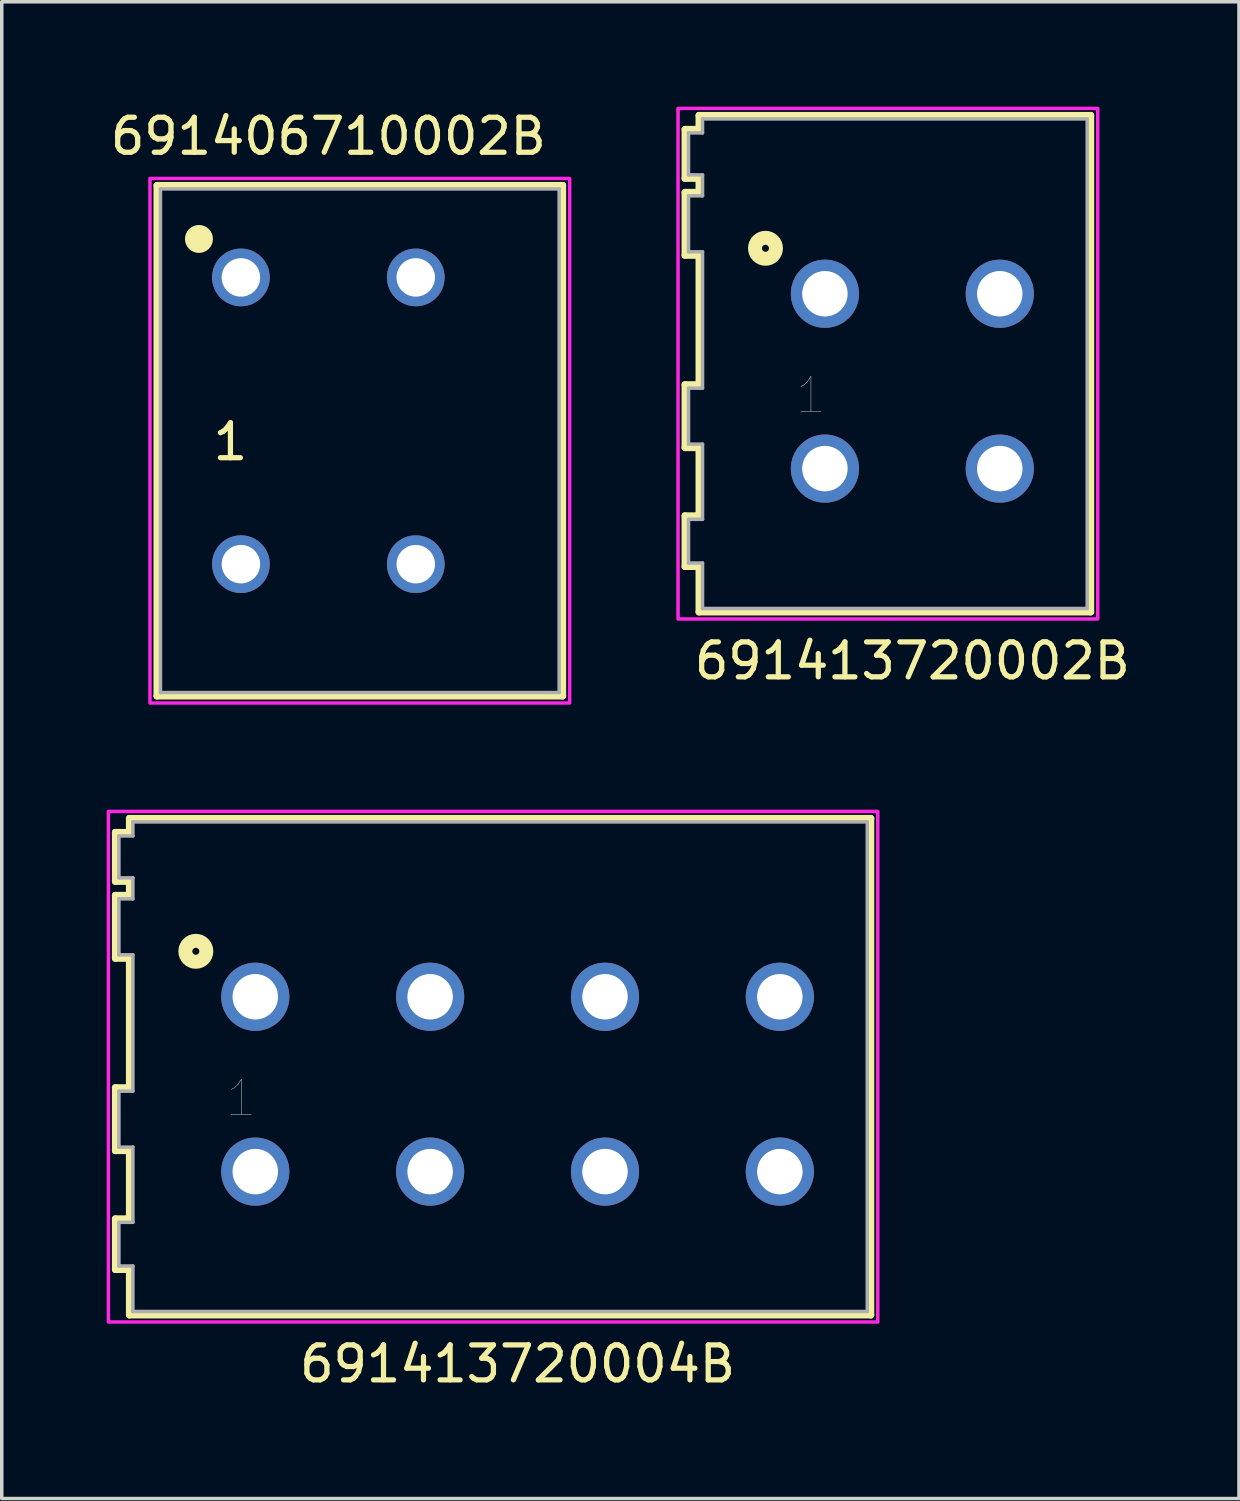
<source format=kicad_pcb>
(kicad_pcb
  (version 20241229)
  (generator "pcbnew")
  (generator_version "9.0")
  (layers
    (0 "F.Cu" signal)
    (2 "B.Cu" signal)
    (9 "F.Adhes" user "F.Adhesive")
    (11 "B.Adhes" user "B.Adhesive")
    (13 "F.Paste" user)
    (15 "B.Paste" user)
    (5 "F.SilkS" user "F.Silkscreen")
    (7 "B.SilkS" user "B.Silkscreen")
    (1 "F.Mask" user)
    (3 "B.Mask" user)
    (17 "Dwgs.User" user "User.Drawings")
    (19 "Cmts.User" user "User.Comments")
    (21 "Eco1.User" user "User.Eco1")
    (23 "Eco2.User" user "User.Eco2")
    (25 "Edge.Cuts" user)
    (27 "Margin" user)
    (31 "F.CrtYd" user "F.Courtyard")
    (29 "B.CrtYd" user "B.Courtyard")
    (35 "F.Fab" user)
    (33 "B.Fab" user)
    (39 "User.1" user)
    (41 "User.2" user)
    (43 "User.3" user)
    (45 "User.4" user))
  (footprint "691413720004B"
    (layer "F.Cu")
    (at 11.75 27.953)
    (property "Reference" "691413720004B" (at 0 8 0) (layer "F.SilkS") (effects (font (size 1 1) (thickness 0.15))))
    (attr through_hole)
    (fp_line (start -11.5 -7.2) (end -11.1 -7.2) (stroke (width 0.2) (type solid)) (layer "F.SilkS"))
    (fp_line (start -11.5 -5.8) (end -11.5 -7.2) (stroke (width 0.2) (type solid)) (layer "F.SilkS"))
    (fp_line (start -11.5 -5.4) (end -11.1 -5.4) (stroke (width 0.2) (type solid)) (layer "F.SilkS"))
    (fp_line (start -11.5 -3.6) (end -11.5 -5.4) (stroke (width 0.2) (type solid)) (layer "F.SilkS"))
    (fp_line (start -11.5 0.1) (end -11.1 0.1) (stroke (width 0.2) (type solid)) (layer "F.SilkS"))
    (fp_line (start -11.5 1.9) (end -11.5 0.1) (stroke (width 0.2) (type solid)) (layer "F.SilkS"))
    (fp_line (start -11.5 3.85) (end -11.1 3.85) (stroke (width 0.2) (type solid)) (layer "F.SilkS"))
    (fp_line (start -11.5 5.3) (end -11.5 3.85) (stroke (width 0.2) (type solid)) (layer "F.SilkS"))
    (fp_line (start -11.1 -7.6) (end 10.1 -7.6) (stroke (width 0.2) (type solid)) (layer "F.SilkS"))
    (fp_line (start -11.1 -7.2) (end -11.1 -7.6) (stroke (width 0.2) (type solid)) (layer "F.SilkS"))
    (fp_line (start -11.1 -5.8) (end -11.5 -5.8) (stroke (width 0.2) (type solid)) (layer "F.SilkS"))
    (fp_line (start -11.1 -5.4) (end -11.1 -5.8) (stroke (width 0.2) (type solid)) (layer "F.SilkS"))
    (fp_line (start -11.1 -3.6) (end -11.5 -3.6) (stroke (width 0.2) (type solid)) (layer "F.SilkS"))
    (fp_line (start -11.1 0.1) (end -11.1 -3.6) (stroke (width 0.2) (type solid)) (layer "F.SilkS"))
    (fp_line (start -11.1 1.9) (end -11.5 1.9) (stroke (width 0.2) (type solid)) (layer "F.SilkS"))
    (fp_line (start -11.1 3.85) (end -11.1 1.9) (stroke (width 0.2) (type solid)) (layer "F.SilkS"))
    (fp_line (start -11.1 5.3) (end -11.5 5.3) (stroke (width 0.2) (type solid)) (layer "F.SilkS"))
    (fp_line (start -11.1 6.6) (end -11.1 5.3) (stroke (width 0.2) (type solid)) (layer "F.SilkS"))
    (fp_line (start 10.1 -7.6) (end 10.1 6.6) (stroke (width 0.2) (type solid)) (layer "F.SilkS"))
    (fp_line (start 10.1 6.6) (end -11.1 6.6) (stroke (width 0.2) (type solid)) (layer "F.SilkS"))
    (fp_circle (center -9.2 -3.8) (end -9.1 -3.8) (stroke (width 0.4) (type solid)) (fill no) (layer "F.SilkS"))
    (fp_poly (pts (xy -11.7 -7.8) (xy 10.3 -7.8) (xy 10.3 6.8) (xy -11.7 6.8)) (stroke (width 0.1) (type solid)) (fill no) (layer "F.CrtYd"))
    (fp_line (start -11.4 -7.1) (end -11 -7.1) (stroke (width 0.1) (type solid)) (layer "F.Fab"))
    (fp_line (start -11.4 -5.9) (end -11.4 -7.1) (stroke (width 0.1) (type solid)) (layer "F.Fab"))
    (fp_line (start -11.4 -5.9) (end -11 -5.9) (stroke (width 0.1) (type solid)) (layer "F.Fab"))
    (fp_line (start -11.4 -5.3) (end -11 -5.3) (stroke (width 0.1) (type solid)) (layer "F.Fab"))
    (fp_line (start -11.4 -3.7) (end -11.4 -5.3) (stroke (width 0.1) (type solid)) (layer "F.Fab"))
    (fp_line (start -11.4 -3.7) (end -11 -3.7) (stroke (width 0.1) (type solid)) (layer "F.Fab"))
    (fp_line (start -11.4 0.2) (end -11 0.2) (stroke (width 0.1) (type solid)) (layer "F.Fab"))
    (fp_line (start -11.4 1.8) (end -11.4 0.2) (stroke (width 0.1) (type solid)) (layer "F.Fab"))
    (fp_line (start -11.4 1.8) (end -11 1.8) (stroke (width 0.1) (type solid)) (layer "F.Fab"))
    (fp_line (start -11.4 3.95) (end -11 3.95) (stroke (width 0.1) (type solid)) (layer "F.Fab"))
    (fp_line (start -11.4 5.2) (end -11.4 3.95) (stroke (width 0.1) (type solid)) (layer "F.Fab"))
    (fp_line (start -11.4 5.2) (end -11 5.2) (stroke (width 0.1) (type solid)) (layer "F.Fab"))
    (fp_line (start -11 -7.5) (end 10 -7.5) (stroke (width 0.1) (type solid)) (layer "F.Fab"))
    (fp_line (start -11 -7.1) (end -11 -7.5) (stroke (width 0.1) (type solid)) (layer "F.Fab"))
    (fp_line (start -11 -5.3) (end -11 -5.9) (stroke (width 0.1) (type solid)) (layer "F.Fab"))
    (fp_line (start -11 0.2) (end -11 -3.7) (stroke (width 0.1) (type solid)) (layer "F.Fab"))
    (fp_line (start -11 3.95) (end -11 1.8) (stroke (width 0.1) (type solid)) (layer "F.Fab"))
    (fp_line (start -11 6.5) (end -11 5.2) (stroke (width 0.1) (type solid)) (layer "F.Fab"))
    (fp_line (start 10 -7.5) (end 10 6.5) (stroke (width 0.1) (type solid)) (layer "F.Fab"))
    (fp_line (start 10 6.5) (end -11 6.5) (stroke (width 0.1) (type solid)) (layer "F.Fab"))
    (fp_text user "1" (at -7.9 0.4 0) (layer "Dwgs.User") (effects (font (size 1 1) (thickness 0.015))))
    (pad "1" thru_hole circle (at -7.5 -2.5) (size 1.95 1.95) (drill 1.3) (layers "*.Cu" "*.Mask"))
    (pad "1" thru_hole circle (at -7.5 2.5) (size 1.95 1.95) (drill 1.3) (layers "*.Cu" "*.Mask"))
    (pad "2" thru_hole circle (at -2.5 -2.5) (size 1.95 1.95) (drill 1.3) (layers "*.Cu" "*.Mask"))
    (pad "2" thru_hole circle (at -2.5 2.5) (size 1.95 1.95) (drill 1.3) (layers "*.Cu" "*.Mask"))
    (pad "3" thru_hole circle (at 2.5 -2.5) (size 1.95 1.95) (drill 1.3) (layers "*.Cu" "*.Mask"))
    (pad "3" thru_hole circle (at 2.5 2.5) (size 1.95 1.95) (drill 1.3) (layers "*.Cu" "*.Mask"))
    (pad "4" thru_hole circle (at 7.5 -2.5) (size 1.95 1.95) (drill 1.3) (layers "*.Cu" "*.Mask"))
    (pad "4" thru_hole circle (at 7.5 2.5) (size 1.95 1.95) (drill 1.3) (layers "*.Cu" "*.Mask")))
  (footprint "691406710002B"
    (layer "F.Cu")
    (at 6.339 8.983)
    (property "Reference" "691406710002B" (at 0 -8.135 0) (layer "F.SilkS") (effects (font (size 1 1) (thickness 0.15))))
    (attr through_hole)
    (fp_line (start -4.9 -6.73) (end 6.7 -6.73) (stroke (width 0.2) (type solid)) (layer "F.SilkS"))
    (fp_line (start -4.9 7.87) (end -4.9 -6.73) (stroke (width 0.2) (type solid)) (layer "F.SilkS"))
    (fp_line (start 6.7 -6.73) (end 6.7 7.87) (stroke (width 0.2) (type solid)) (layer "F.SilkS"))
    (fp_line (start 6.7 7.87) (end -4.9 7.87) (stroke (width 0.2) (type solid)) (layer "F.SilkS"))
    (fp_circle (center -3.7 -5.2) (end -3.5 -5.2) (stroke (width 0.4) (type solid)) (fill no) (layer "F.SilkS"))
    (fp_poly (pts (xy 6.9 8.07) (xy -5.1 8.07) (xy -5.1 -6.93) (xy 6.9 -6.93)) (stroke (width 0.1) (type solid)) (fill no) (layer "F.CrtYd"))
    (fp_line (start -4.8 -6.63) (end 6.6 -6.63) (stroke (width 0.1) (type solid)) (layer "F.Fab"))
    (fp_line (start -4.8 7.77) (end -4.8 -6.63) (stroke (width 0.1) (type solid)) (layer "F.Fab"))
    (fp_line (start 6.6 -6.63) (end 6.6 7.77) (stroke (width 0.1) (type solid)) (layer "F.Fab"))
    (fp_line (start 6.6 7.77) (end -4.8 7.77) (stroke (width 0.1) (type solid)) (layer "F.Fab"))
    (fp_text user "1" (at -2.8 0.6 0) (layer "F.SilkS") (effects (font (size 1 1) (thickness 0.15))))
    (pad "1" thru_hole circle (at -2.5 -4.1) (size 1.65 1.65) (drill 1.1) (layers "*.Cu" "*.Mask"))
    (pad "1" thru_hole circle (at -2.5 4.1) (size 1.65 1.65) (drill 1.1) (layers "*.Cu" "*.Mask"))
    (pad "2" thru_hole circle (at 2.5 -4.1) (size 1.65 1.65) (drill 1.1) (layers "*.Cu" "*.Mask"))
    (pad "2" thru_hole circle (at 2.5 4.1) (size 1.65 1.65) (drill 1.1) (layers "*.Cu" "*.Mask")))
  (footprint "691413720002B"
    (layer "F.Cu")
    (at 23.039 7.85)
    (property "Reference" "691413720002B" (at 0 8 0) (layer "F.SilkS") (effects (font (size 1 1) (thickness 0.15))))
    (attr through_hole)
    (fp_line (start -6.5 -7.2) (end -6.1 -7.2) (stroke (width 0.2) (type solid)) (layer "F.SilkS"))
    (fp_line (start -6.5 -5.8) (end -6.5 -7.2) (stroke (width 0.2) (type solid)) (layer "F.SilkS"))
    (fp_line (start -6.5 -5.4) (end -6.1 -5.4) (stroke (width 0.2) (type solid)) (layer "F.SilkS"))
    (fp_line (start -6.5 -3.6) (end -6.5 -5.4) (stroke (width 0.2) (type solid)) (layer "F.SilkS"))
    (fp_line (start -6.5 0.1) (end -6.1 0.1) (stroke (width 0.2) (type solid)) (layer "F.SilkS"))
    (fp_line (start -6.5 1.9) (end -6.5 0.1) (stroke (width 0.2) (type solid)) (layer "F.SilkS"))
    (fp_line (start -6.5 3.85) (end -6.1 3.85) (stroke (width 0.2) (type solid)) (layer "F.SilkS"))
    (fp_line (start -6.5 5.3) (end -6.5 3.85) (stroke (width 0.2) (type solid)) (layer "F.SilkS"))
    (fp_line (start -6.1 -7.6) (end 5.1 -7.6) (stroke (width 0.2) (type solid)) (layer "F.SilkS"))
    (fp_line (start -6.1 -7.2) (end -6.1 -7.6) (stroke (width 0.2) (type solid)) (layer "F.SilkS"))
    (fp_line (start -6.1 -5.8) (end -6.5 -5.8) (stroke (width 0.2) (type solid)) (layer "F.SilkS"))
    (fp_line (start -6.1 -5.4) (end -6.1 -5.8) (stroke (width 0.2) (type solid)) (layer "F.SilkS"))
    (fp_line (start -6.1 -3.6) (end -6.5 -3.6) (stroke (width 0.2) (type solid)) (layer "F.SilkS"))
    (fp_line (start -6.1 0.1) (end -6.1 -3.6) (stroke (width 0.2) (type solid)) (layer "F.SilkS"))
    (fp_line (start -6.1 1.9) (end -6.5 1.9) (stroke (width 0.2) (type solid)) (layer "F.SilkS"))
    (fp_line (start -6.1 3.85) (end -6.1 1.9) (stroke (width 0.2) (type solid)) (layer "F.SilkS"))
    (fp_line (start -6.1 5.3) (end -6.5 5.3) (stroke (width 0.2) (type solid)) (layer "F.SilkS"))
    (fp_line (start -6.1 6.6) (end -6.1 5.3) (stroke (width 0.2) (type solid)) (layer "F.SilkS"))
    (fp_line (start 5.1 -7.6) (end 5.1 6.6) (stroke (width 0.2) (type solid)) (layer "F.SilkS"))
    (fp_line (start 5.1 6.6) (end -6.1 6.6) (stroke (width 0.2) (type solid)) (layer "F.SilkS"))
    (fp_circle (center -4.2 -3.8) (end -4.1 -3.8) (stroke (width 0.4) (type solid)) (fill no) (layer "F.SilkS"))
    (fp_poly (pts (xy -6.7 -7.8) (xy 5.3 -7.8) (xy 5.3 6.8) (xy -6.7 6.8)) (stroke (width 0.1) (type solid)) (fill no) (layer "F.CrtYd"))
    (fp_line (start -6.4 -7.1) (end -6 -7.1) (stroke (width 0.1) (type solid)) (layer "F.Fab"))
    (fp_line (start -6.4 -5.9) (end -6.4 -7.1) (stroke (width 0.1) (type solid)) (layer "F.Fab"))
    (fp_line (start -6.4 -5.9) (end -6 -5.9) (stroke (width 0.1) (type solid)) (layer "F.Fab"))
    (fp_line (start -6.4 -5.3) (end -6 -5.3) (stroke (width 0.1) (type solid)) (layer "F.Fab"))
    (fp_line (start -6.4 -3.7) (end -6.4 -5.3) (stroke (width 0.1) (type solid)) (layer "F.Fab"))
    (fp_line (start -6.4 -3.7) (end -6 -3.7) (stroke (width 0.1) (type solid)) (layer "F.Fab"))
    (fp_line (start -6.4 0.2) (end -6 0.2) (stroke (width 0.1) (type solid)) (layer "F.Fab"))
    (fp_line (start -6.4 1.8) (end -6.4 0.2) (stroke (width 0.1) (type solid)) (layer "F.Fab"))
    (fp_line (start -6.4 1.8) (end -6 1.8) (stroke (width 0.1) (type solid)) (layer "F.Fab"))
    (fp_line (start -6.4 3.95) (end -6 3.95) (stroke (width 0.1) (type solid)) (layer "F.Fab"))
    (fp_line (start -6.4 5.2) (end -6.4 3.95) (stroke (width 0.1) (type solid)) (layer "F.Fab"))
    (fp_line (start -6.4 5.2) (end -6 5.2) (stroke (width 0.1) (type solid)) (layer "F.Fab"))
    (fp_line (start -6 -7.5) (end 5 -7.5) (stroke (width 0.1) (type solid)) (layer "F.Fab"))
    (fp_line (start -6 -7.1) (end -6 -7.5) (stroke (width 0.1) (type solid)) (layer "F.Fab"))
    (fp_line (start -6 -5.3) (end -6 -5.9) (stroke (width 0.1) (type solid)) (layer "F.Fab"))
    (fp_line (start -6 0.2) (end -6 -3.7) (stroke (width 0.1) (type solid)) (layer "F.Fab"))
    (fp_line (start -6 3.95) (end -6 1.8) (stroke (width 0.1) (type solid)) (layer "F.Fab"))
    (fp_line (start -6 6.5) (end -6 5.2) (stroke (width 0.1) (type solid)) (layer "F.Fab"))
    (fp_line (start 5 -7.5) (end 5 6.5) (stroke (width 0.1) (type solid)) (layer "F.Fab"))
    (fp_line (start 5 6.5) (end -6 6.5) (stroke (width 0.1) (type solid)) (layer "F.Fab"))
    (fp_text user "1" (at -2.9 0.4 0) (layer "Dwgs.User") (effects (font (size 1 1) (thickness 0.015))))
    (pad "1" thru_hole circle (at -2.5 -2.5) (size 1.95 1.95) (drill 1.3) (layers "*.Cu" "*.Mask"))
    (pad "1" thru_hole circle (at -2.5 2.5) (size 1.95 1.95) (drill 1.3) (layers "*.Cu" "*.Mask"))
    (pad "2" thru_hole circle (at 2.5 -2.5) (size 1.95 1.95) (drill 1.3) (layers "*.Cu" "*.Mask"))
    (pad "2" thru_hole circle (at 2.5 2.5) (size 1.95 1.95) (drill 1.3) (layers "*.Cu" "*.Mask")))
  (gr_rect
    (start -3 -3)
    (end 32.379 39.801)
    (stroke (width 0.1) (type default))
    (fill no)
    (layer "Edge.Cuts")))
</source>
